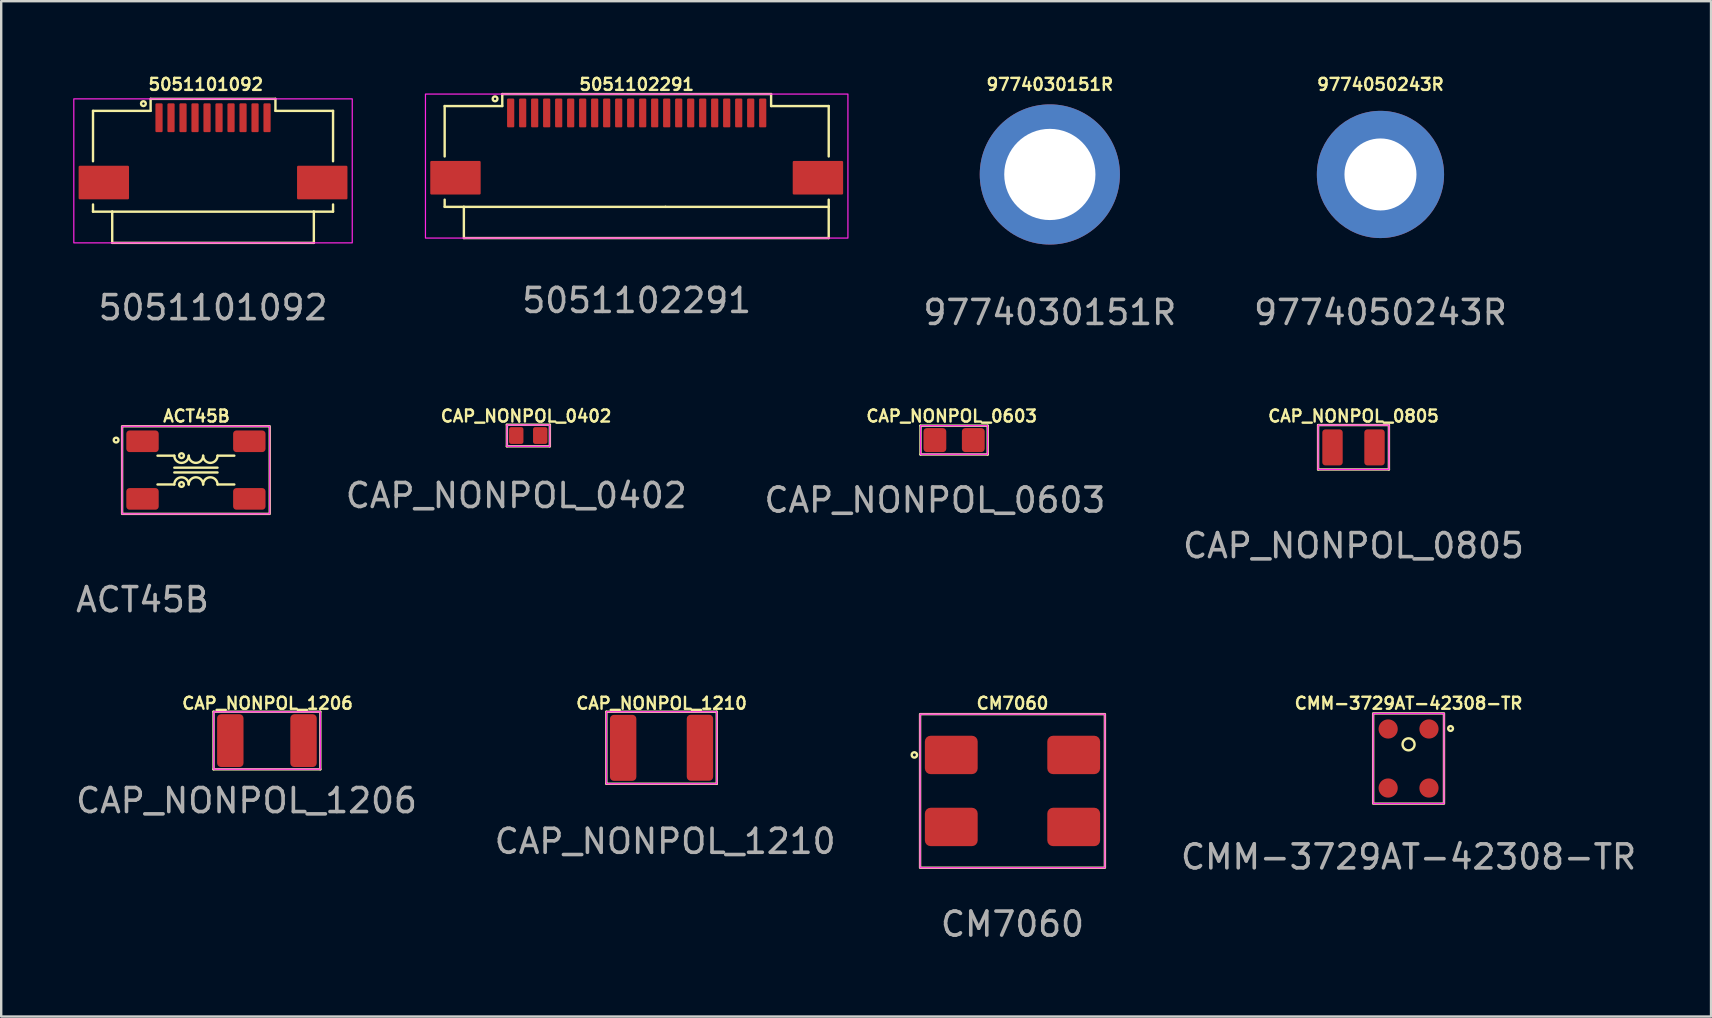
<source format=kicad_pcb>
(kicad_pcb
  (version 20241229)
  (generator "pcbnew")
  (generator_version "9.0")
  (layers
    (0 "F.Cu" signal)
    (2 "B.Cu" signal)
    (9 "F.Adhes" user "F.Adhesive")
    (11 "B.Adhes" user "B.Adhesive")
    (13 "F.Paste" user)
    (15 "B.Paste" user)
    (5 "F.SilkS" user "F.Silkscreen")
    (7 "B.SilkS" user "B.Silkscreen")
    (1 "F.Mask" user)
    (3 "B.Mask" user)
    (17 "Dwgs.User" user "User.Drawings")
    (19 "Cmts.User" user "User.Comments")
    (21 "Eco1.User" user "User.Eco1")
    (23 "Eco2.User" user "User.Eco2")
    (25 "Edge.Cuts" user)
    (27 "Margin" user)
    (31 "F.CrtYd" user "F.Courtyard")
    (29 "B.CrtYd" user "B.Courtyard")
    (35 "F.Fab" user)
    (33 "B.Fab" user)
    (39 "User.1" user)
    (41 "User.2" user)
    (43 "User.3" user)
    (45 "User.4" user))
  (footprint "5051102291"
    (layer "F.Cu")
    (at 23.475 3.868)
    (property "Reference" "5051102291" (at 0 -3.4 0) (unlocked yes) (layer "F.SilkS") (effects (font (size 0.5 0.5) (thickness 0.1))))
    (attr smd)
    (fp_rect (start -8.55 -0.163) (end -6.55 1.137) (stroke (width 0.1) (type solid)) (fill yes) (layer "F.Cu"))
    (fp_rect (start 6.55 -0.163) (end 8.55 1.137) (stroke (width 0.1) (type solid)) (fill yes) (layer "F.Cu"))
    (fp_rect (start -8.575 -0.188) (end -6.525 1.163) (stroke (width 0.1) (type solid)) (fill yes) (layer "F.Mask"))
    (fp_rect (start 6.525 -0.188) (end 8.575 1.163) (stroke (width 0.1) (type solid)) (fill yes) (layer "F.Mask"))
    (fp_line (start -8 -0.4) (end -8 -2.5) (stroke (width 0.1) (type solid)) (layer "F.SilkS"))
    (fp_line (start -8 1.7) (end -8 1.4) (stroke (width 0.1) (type default)) (layer "F.SilkS"))
    (fp_line (start -7.2 1.7) (end -8 1.7) (stroke (width 0.1) (type default)) (layer "F.SilkS"))
    (fp_line (start -7.2 1.7) (end 1.2 1.7) (stroke (width 0.1) (type default)) (layer "F.SilkS"))
    (fp_line (start -7.2 3) (end -7.2 1.7) (stroke (width 0.1) (type default)) (layer "F.SilkS"))
    (fp_line (start -5.6 -2.5) (end -8 -2.5) (stroke (width 0.1) (type default)) (layer "F.SilkS"))
    (fp_line (start -5.6 -2.5) (end -5.6 -3) (stroke (width 0.1) (type default)) (layer "F.SilkS"))
    (fp_line (start 1.2 1.7) (end 8 1.7) (stroke (width 0.1) (type default)) (layer "F.SilkS"))
    (fp_line (start 5.6 -3) (end -5.6 -3) (stroke (width 0.1) (type default)) (layer "F.SilkS"))
    (fp_line (start 5.6 -2.5) (end 5.6 -3) (stroke (width 0.1) (type default)) (layer "F.SilkS"))
    (fp_line (start 5.6 -2.5) (end 8 -2.5) (stroke (width 0.1) (type default)) (layer "F.SilkS"))
    (fp_line (start 8 -0.4) (end 8 -2.5) (stroke (width 0.1) (type solid)) (layer "F.SilkS"))
    (fp_line (start 8 1.7) (end 8 1.4) (stroke (width 0.1) (type solid)) (layer "F.SilkS"))
    (fp_line (start 8 3) (end -7.2 3) (stroke (width 0.1) (type default)) (layer "F.SilkS"))
    (fp_line (start 8 3) (end 8 1.7) (stroke (width 0.1) (type solid)) (layer "F.SilkS"))
    (fp_circle (center -5.9 -2.8) (end -5.8 -2.8) (stroke (width 0.1) (type default)) (fill no) (layer "F.SilkS"))
    (fp_rect (start -8.45 -0.062) (end -6.65 1.038) (stroke (width 0.1) (type solid)) (fill yes) (layer "F.Paste"))
    (fp_rect (start 6.65 -0.062) (end 8.45 1.038) (stroke (width 0.1) (type solid)) (fill yes) (layer "F.Paste"))
    (fp_rect (start -8.8 -3) (end 8.8 3) (stroke (width 0.05) (type default)) (fill no) (layer "F.CrtYd"))
    (fp_text user "${REFERENCE}" (at 0 5.6 0) (unlocked yes) (layer "F.Fab") (effects (font (size 1 1) (thickness 0.15))))
    (pad "1" smd roundrect (at -5.25 -2.212) (size 0.3 1.2) (layers "F.Cu" "F.Mask" "F.Paste") (roundrect_rratio 0.15))
    (pad "2" smd roundrect (at -4.75 -2.212) (size 0.3 1.2) (layers "F.Cu" "F.Mask" "F.Paste") (roundrect_rratio 0.15))
    (pad "3" smd roundrect (at -4.25 -2.212) (size 0.3 1.2) (layers "F.Cu" "F.Mask" "F.Paste") (roundrect_rratio 0.15))
    (pad "4" smd roundrect (at -3.75 -2.212) (size 0.3 1.2) (layers "F.Cu" "F.Mask" "F.Paste") (roundrect_rratio 0.15))
    (pad "5" smd roundrect (at -3.25 -2.212) (size 0.3 1.2) (layers "F.Cu" "F.Mask" "F.Paste") (roundrect_rratio 0.15))
    (pad "6" smd roundrect (at -2.75 -2.212) (size 0.3 1.2) (layers "F.Cu" "F.Mask" "F.Paste") (roundrect_rratio 0.15))
    (pad "7" smd roundrect (at -2.25 -2.212) (size 0.3 1.2) (layers "F.Cu" "F.Mask" "F.Paste") (roundrect_rratio 0.15))
    (pad "8" smd roundrect (at -1.75 -2.212) (size 0.3 1.2) (layers "F.Cu" "F.Mask" "F.Paste") (roundrect_rratio 0.15))
    (pad "9" smd roundrect (at -1.25 -2.212) (size 0.3 1.2) (layers "F.Cu" "F.Mask" "F.Paste") (roundrect_rratio 0.15))
    (pad "10" smd roundrect (at -0.75 -2.212) (size 0.3 1.2) (layers "F.Cu" "F.Mask" "F.Paste") (roundrect_rratio 0.15))
    (pad "11" smd roundrect (at -0.25 -2.212) (size 0.3 1.2) (layers "F.Cu" "F.Mask" "F.Paste") (roundrect_rratio 0.15))
    (pad "12" smd roundrect (at 0.25 -2.212) (size 0.3 1.2) (layers "F.Cu" "F.Mask" "F.Paste") (roundrect_rratio 0.15))
    (pad "13" smd roundrect (at 0.75 -2.212) (size 0.3 1.2) (layers "F.Cu" "F.Mask" "F.Paste") (roundrect_rratio 0.15))
    (pad "14" smd roundrect (at 1.25 -2.212) (size 0.3 1.2) (layers "F.Cu" "F.Mask" "F.Paste") (roundrect_rratio 0.15))
    (pad "15" smd roundrect (at 1.75 -2.212) (size 0.3 1.2) (layers "F.Cu" "F.Mask" "F.Paste") (roundrect_rratio 0.15))
    (pad "16" smd roundrect (at 2.25 -2.212) (size 0.3 1.2) (layers "F.Cu" "F.Mask" "F.Paste") (roundrect_rratio 0.15))
    (pad "17" smd roundrect (at 2.75 -2.212) (size 0.3 1.2) (layers "F.Cu" "F.Mask" "F.Paste") (roundrect_rratio 0.15))
    (pad "18" smd roundrect (at 3.25 -2.212) (size 0.3 1.2) (layers "F.Cu" "F.Mask" "F.Paste") (roundrect_rratio 0.15))
    (pad "19" smd roundrect (at 3.75 -2.212) (size 0.3 1.2) (layers "F.Cu" "F.Mask" "F.Paste") (roundrect_rratio 0.15))
    (pad "20" smd roundrect (at 4.25 -2.212) (size 0.3 1.2) (layers "F.Cu" "F.Mask" "F.Paste") (roundrect_rratio 0.15))
    (pad "21" smd roundrect (at 4.75 -2.212) (size 0.3 1.2) (layers "F.Cu" "F.Mask" "F.Paste") (roundrect_rratio 0.15))
    (pad "22" smd roundrect (at 5.25 -2.212) (size 0.3 1.2) (layers "F.Cu" "F.Mask" "F.Paste") (roundrect_rratio 0.15)))
  (footprint "5051101092"
    (layer "F.Cu")
    (at 5.825 4.068)
    (property "Reference" "5051101092" (at -0.3 -3.6 0) (unlocked yes) (layer "F.SilkS") (effects (font (size 0.5 0.5) (thickness 0.1))))
    (attr smd)
    (fp_rect (start -5.55 -0.163) (end -3.55 1.137) (stroke (width 0.1) (type solid)) (fill yes) (layer "F.Cu"))
    (fp_rect (start 3.55 -0.163) (end 5.55 1.137) (stroke (width 0.1) (type solid)) (fill yes) (layer "F.Cu"))
    (fp_rect (start -5.575 -0.188) (end -3.525 1.163) (stroke (width 0.1) (type solid)) (fill yes) (layer "F.Mask"))
    (fp_rect (start 3.525 -0.188) (end 5.575 1.163) (stroke (width 0.1) (type solid)) (fill yes) (layer "F.Mask"))
    (fp_line (start -5 -0.4) (end -5 -2.5) (stroke (width 0.1) (type solid)) (layer "F.SilkS"))
    (fp_line (start -5 1.7) (end -5 1.4) (stroke (width 0.1) (type default)) (layer "F.SilkS"))
    (fp_line (start -4.2 1.7) (end -5 1.7) (stroke (width 0.1) (type default)) (layer "F.SilkS"))
    (fp_line (start -4.2 1.7) (end 4.2 1.7) (stroke (width 0.1) (type default)) (layer "F.SilkS"))
    (fp_line (start -4.2 3) (end -4.2 1.7) (stroke (width 0.1) (type default)) (layer "F.SilkS"))
    (fp_line (start -2.6 -2.5) (end -5 -2.5) (stroke (width 0.1) (type default)) (layer "F.SilkS"))
    (fp_line (start -2.6 -2.5) (end -2.6 -3) (stroke (width 0.1) (type default)) (layer "F.SilkS"))
    (fp_line (start 2.6 -3) (end -2.6 -3) (stroke (width 0.1) (type default)) (layer "F.SilkS"))
    (fp_line (start 2.6 -2.5) (end 2.6 -3) (stroke (width 0.1) (type default)) (layer "F.SilkS"))
    (fp_line (start 2.6 -2.5) (end 5 -2.5) (stroke (width 0.1) (type default)) (layer "F.SilkS"))
    (fp_line (start 4.2 1.7) (end 5 1.7) (stroke (width 0.1) (type default)) (layer "F.SilkS"))
    (fp_line (start 4.2 3) (end -4.2 3) (stroke (width 0.1) (type default)) (layer "F.SilkS"))
    (fp_line (start 4.2 3) (end 4.2 1.7) (stroke (width 0.1) (type default)) (layer "F.SilkS"))
    (fp_line (start 5 -0.4) (end 5 -2.5) (stroke (width 0.1) (type solid)) (layer "F.SilkS"))
    (fp_line (start 5 1.7) (end 5 1.4) (stroke (width 0.1) (type default)) (layer "F.SilkS"))
    (fp_circle (center -2.9 -2.8) (end -2.8 -2.8) (stroke (width 0.1) (type default)) (fill no) (layer "F.SilkS"))
    (fp_rect (start -5.45 -0.062) (end -3.65 1.038) (stroke (width 0.1) (type solid)) (fill yes) (layer "F.Paste"))
    (fp_rect (start 3.65 -0.062) (end 5.45 1.038) (stroke (width 0.1) (type solid)) (fill yes) (layer "F.Paste"))
    (fp_rect (start -5.8 -3) (end 5.8 3) (stroke (width 0.05) (type default)) (fill no) (layer "F.CrtYd"))
    (fp_text user "${REFERENCE}" (at 0 5.7 0) (unlocked yes) (layer "F.Fab") (effects (font (size 1 1) (thickness 0.15))))
    (pad "1" smd roundrect (at -2.25 -2.212) (size 0.3 1.2) (layers "F.Cu" "F.Mask" "F.Paste") (roundrect_rratio 0.15))
    (pad "2" smd roundrect (at -1.75 -2.212) (size 0.3 1.2) (layers "F.Cu" "F.Mask" "F.Paste") (roundrect_rratio 0.15))
    (pad "3" smd roundrect (at -1.25 -2.212) (size 0.3 1.2) (layers "F.Cu" "F.Mask" "F.Paste") (roundrect_rratio 0.15))
    (pad "4" smd roundrect (at -0.75 -2.212) (size 0.3 1.2) (layers "F.Cu" "F.Mask" "F.Paste") (roundrect_rratio 0.15))
    (pad "5" smd roundrect (at -0.25 -2.212) (size 0.3 1.2) (layers "F.Cu" "F.Mask" "F.Paste") (roundrect_rratio 0.15))
    (pad "6" smd roundrect (at 0.25 -2.212) (size 0.3 1.2) (layers "F.Cu" "F.Mask" "F.Paste") (roundrect_rratio 0.15))
    (pad "7" smd roundrect (at 0.75 -2.212) (size 0.3 1.2) (layers "F.Cu" "F.Mask" "F.Paste") (roundrect_rratio 0.15))
    (pad "8" smd roundrect (at 1.25 -2.212) (size 0.3 1.2) (layers "F.Cu" "F.Mask" "F.Paste") (roundrect_rratio 0.15))
    (pad "9" smd roundrect (at 1.75 -2.212) (size 0.3 1.2) (layers "F.Cu" "F.Mask" "F.Paste") (roundrect_rratio 0.15))
    (pad "10" smd roundrect (at 2.25 -2.212) (size 0.3 1.2) (layers "F.Cu" "F.Mask" "F.Paste") (roundrect_rratio 0.15)))
  (footprint "CAP_NONPOL_0402"
    (layer "F.Cu")
    (at 18.962 15.099)
    (property "Reference" "CAP_NONPOL_0402" (at -0.095 -0.815 0) (unlocked yes) (layer "F.SilkS") (effects (font (size 0.5 0.5) (thickness 0.1))))
    (attr smd)
    (fp_line (start -0.895 -0.455) (end 0.895 -0.455) (stroke (width 0.1) (type default)) (layer "F.SilkS"))
    (fp_line (start -0.895 0.445) (end -0.895 -0.455) (stroke (width 0.1) (type default)) (layer "F.SilkS"))
    (fp_line (start 0.89 0.445) (end -0.895 0.445) (stroke (width 0.1) (type default)) (layer "F.SilkS"))
    (fp_line (start 0.895 -0.455) (end 0.895 0.445) (stroke (width 0.1) (type default)) (layer "F.SilkS"))
    (fp_rect (start -0.895 -0.445) (end 0.895 0.445) (stroke (width 0.05) (type default)) (fill no) (layer "F.CrtYd"))
    (fp_text user "${REFERENCE}" (at -0.505 2.495 0) (unlocked yes) (layer "F.Fab") (effects (font (size 1 1) (thickness 0.15))))
    (pad "1" smd roundrect (at -0.505 -0.005) (size 0.6 0.7) (layers "F.Cu" "F.Mask" "F.Paste") (roundrect_rratio 0.15))
    (pad "2" smd roundrect (at 0.495 -0.005) (size 0.6 0.7) (layers "F.Cu" "F.Mask" "F.Paste") (roundrect_rratio 0.15)))
  (footprint "CMM-3729AT-42308-TR"
    (layer "F.Cu")
    (at 55.632 28.55)
    (property "Reference" "CMM-3729AT-42308-TR" (at 0 -2.3 0) (unlocked yes) (layer "F.SilkS") (effects (font (size 0.5 0.5) (thickness 0.1))))
    (attr smd)
    (fp_rect (start -1.475 -1.88) (end 1.475 1.88) (stroke (width 0.1) (type solid)) (fill no) (layer "F.SilkS"))
    (fp_circle (center 0 -0.59) (end 0.25 -0.59) (stroke (width 0.1) (type solid)) (fill no) (layer "F.SilkS"))
    (fp_circle (center 1.75 -1.25) (end 1.85 -1.25) (stroke (width 0.1) (type default)) (fill no) (layer "F.SilkS"))
    (fp_rect (start -1.475 -1.875) (end 1.475 1.875) (stroke (width 0.05) (type default)) (fill no) (layer "F.CrtYd"))
    (fp_text user "${REFERENCE}" (at 0 4.1 0) (unlocked yes) (layer "F.Fab") (effects (font (size 1 1) (thickness 0.15))))
    (pad "1" smd circle (at 0.85 -1.23) (size 0.8 0.8) (layers "F.Cu" "F.Mask" "F.Paste"))
    (pad "2" smd circle (at 0.85 1.23) (size 0.8 0.8) (layers "F.Cu" "F.Mask" "F.Paste"))
    (pad "3" smd circle (at -0.85 1.23) (size 0.8 0.8) (layers "F.Cu" "F.Mask" "F.Paste"))
    (pad "4" smd circle (at -0.85 -1.23) (size 0.8 0.8) (layers "F.Cu" "F.Mask" "F.Paste")))
  (footprint "CM7060"
    (layer "F.Cu")
    (at 39.131 29.901)
    (property "Reference" "CM7060" (at 0 -3.65 0) (unlocked yes) (layer "F.SilkS") (effects (font (size 0.5 0.5) (thickness 0.1))))
    (attr smd)
    (fp_rect (start -3.85 -3.2) (end 3.85 3.2) (stroke (width 0.1) (type solid)) (fill no) (layer "F.SilkS"))
    (fp_circle (center -4.088 -1.5) (end -3.988 -1.45) (stroke (width 0.1) (type default)) (fill no) (layer "F.SilkS"))
    (fp_rect (start -3.85 -3.2) (end 3.85 3.2) (stroke (width 0.05) (type solid)) (fill no) (layer "F.CrtYd"))
    (fp_text user "${REFERENCE}" (at 0 5.55 0) (unlocked yes) (layer "F.Fab") (effects (font (size 1 1) (thickness 0.15))))
    (pad "1" smd roundrect (at -2.55 -1.5) (size 2.2 1.6) (layers "F.Cu" "F.Mask" "F.Paste") (roundrect_rratio 0.15))
    (pad "2" smd roundrect (at -2.55 1.5) (size 2.2 1.6) (layers "F.Cu" "F.Mask" "F.Paste") (roundrect_rratio 0.15))
    (pad "3" smd roundrect (at 2.55 1.5) (size 2.2 1.6) (layers "F.Cu" "F.Mask" "F.Paste") (roundrect_rratio 0.15))
    (pad "4" smd roundrect (at 2.55 -1.5) (size 2.2 1.6) (layers "F.Cu" "F.Mask" "F.Paste") (roundrect_rratio 0.15)))
  (footprint "ACT45B"
    (layer "F.Cu")
    (at 5.112 16.534)
    (property "Reference" "ACT45B" (at 0.025 -2.25 0) (unlocked yes) (layer "F.SilkS") (effects (font (size 0.5 0.5) (thickness 0.1))))
    (attr smd)
    (fp_line (start -1.6 -0.6) (end -0.9 -0.6) (stroke (width 0.1) (type default)) (layer "F.SilkS"))
    (fp_line (start -1.6 0.6) (end -0.9 0.6) (stroke (width 0.1) (type default)) (layer "F.SilkS"))
    (fp_line (start -0.9 -0.1) (end 0.9 -0.1) (stroke (width 0.1) (type default)) (layer "F.SilkS"))
    (fp_line (start -0.9 0.1) (end 0.9 0.1) (stroke (width 0.1) (type default)) (layer "F.SilkS"))
    (fp_line (start 0.9 -0.6) (end 1.6 -0.6) (stroke (width 0.1) (type default)) (layer "F.SilkS"))
    (fp_line (start 0.9 0.6) (end 1.6 0.6) (stroke (width 0.1) (type default)) (layer "F.SilkS"))
    (fp_rect (start -3.075 -1.825) (end 3.075 1.825) (stroke (width 0.1) (type default)) (fill no) (layer "F.SilkS"))
    (fp_arc (start -0.9 0.6) (mid -0.6 0.3) (end -0.3 0.6) (stroke (width 0.1) (type default)) (layer "F.SilkS"))
    (fp_arc (start -0.3 -0.6) (mid -0.6 -0.3) (end -0.9 -0.6) (stroke (width 0.1) (type default)) (layer "F.SilkS"))
    (fp_arc (start -0.3 0.6) (mid 0 0.3) (end 0.3 0.6) (stroke (width 0.1) (type default)) (layer "F.SilkS"))
    (fp_arc (start 0.3 -0.6) (mid 0 -0.3) (end -0.3 -0.6) (stroke (width 0.1) (type default)) (layer "F.SilkS"))
    (fp_arc (start 0.3 0.6) (mid 0.6 0.3) (end 0.9 0.6) (stroke (width 0.1) (type default)) (layer "F.SilkS"))
    (fp_arc (start 0.9 -0.6) (mid 0.6 -0.3) (end 0.3 -0.6) (stroke (width 0.1) (type default)) (layer "F.SilkS"))
    (fp_circle (center -3.325 -1.25) (end -3.225 -1.25) (stroke (width 0.1) (type default)) (fill no) (layer "F.SilkS"))
    (fp_circle (center -0.6 -0.6) (end -0.5 -0.6) (stroke (width 0.1) (type default)) (fill no) (layer "F.SilkS"))
    (fp_circle (center -0.6 0.6) (end -0.5 0.6) (stroke (width 0.1) (type default)) (fill no) (layer "F.SilkS"))
    (fp_rect (start -3.075 -1.825) (end 3.075 1.825) (stroke (width 0.05) (type default)) (fill no) (layer "F.CrtYd"))
    (fp_text user "${REFERENCE}" (at -2.225 5.4 0) (unlocked yes) (layer "F.Fab") (effects (font (size 1 1) (thickness 0.15))))
    (pad "1" smd roundrect (at -2.225 -1.2) (size 1.35 0.9) (layers "F.Cu" "F.Mask" "F.Paste") (roundrect_rratio 0.15))
    (pad "2" smd roundrect (at -2.225 1.2) (size 1.35 0.9) (layers "F.Cu" "F.Mask" "F.Paste") (roundrect_rratio 0.15))
    (pad "3" smd roundrect (at 2.225 1.2) (size 1.35 0.9) (layers "F.Cu" "F.Mask" "F.Paste") (roundrect_rratio 0.15))
    (pad "4" smd roundrect (at 2.225 -1.2) (size 1.35 0.9) (layers "F.Cu" "F.Mask" "F.Paste") (roundrect_rratio 0.15)))
  (footprint "CAP_NONPOL_1210"
    (layer "F.Cu")
    (at 24.511 28.101)
    (property "Reference" "CAP_NONPOL_1210" (at 0 -1.85 0) (unlocked yes) (layer "F.SilkS") (effects (font (size 0.5 0.5) (thickness 0.1))))
    (attr smd)
    (fp_line (start -2.3 -1.5) (end 2.3 -1.5) (stroke (width 0.1) (type default)) (layer "F.SilkS"))
    (fp_line (start -2.3 1.5) (end -2.3 -1.5) (stroke (width 0.1) (type solid)) (layer "F.SilkS"))
    (fp_line (start 2.3 -1.5) (end 2.3 1.5) (stroke (width 0.1) (type default)) (layer "F.SilkS"))
    (fp_line (start 2.3 1.5) (end -2.3 1.5) (stroke (width 0.1) (type default)) (layer "F.SilkS"))
    (fp_rect (start -2.3 -1.5) (end 2.3 1.5) (stroke (width 0.05) (type default)) (fill no) (layer "F.CrtYd"))
    (fp_text user "${REFERENCE}" (at 0.15 3.9 0) (unlocked yes) (layer "F.Fab") (effects (font (size 1 1) (thickness 0.15))))
    (pad "1" smd roundrect (at -1.6 0.005) (size 1.1 2.75) (layers "F.Cu" "F.Mask" "F.Paste") (roundrect_rratio 0.15))
    (pad "2" smd roundrect (at 1.6 0) (size 1.1 2.75) (layers "F.Cu" "F.Mask" "F.Paste") (roundrect_rratio 0.15)))
  (footprint "9774050243R"
    (layer "F.Cu")
    (at 54.461 4.218)
    (property "Reference" "9774050243R" (at 0 -3.75 0) (unlocked yes) (layer "F.SilkS") (effects (font (size 0.5 0.5) (thickness 0.1))))
    (attr smd)
    (fp_text user "${REFERENCE}" (at 0 5.75 0) (unlocked yes) (layer "F.Fab") (effects (font (size 1 1) (thickness 0.15))))
    (pad "1" thru_hole circle (at 0 0) (size 5.3 5.3) (drill 3) (layers "*.Cu" "F.Mask" "F.Paste")))
  (footprint "CAP_NONPOL_0603"
    (layer "F.Cu")
    (at 36.698 15.279)
    (property "Reference" "CAP_NONPOL_0603" (at -0.1 -0.995 0) (unlocked yes) (layer "F.SilkS") (effects (font (size 0.5 0.5) (thickness 0.1))))
    (attr smd)
    (fp_line (start -1.4 -0.595) (end 1.4 -0.595) (stroke (width 0.1) (type default)) (layer "F.SilkS"))
    (fp_line (start -1.4 0.605) (end -1.4 -0.595) (stroke (width 0.1) (type default)) (layer "F.SilkS"))
    (fp_line (start 1.4 -0.595) (end 1.4 0.605) (stroke (width 0.1) (type default)) (layer "F.SilkS"))
    (fp_line (start 1.4 0.605) (end -1.4 0.605) (stroke (width 0.1) (type default)) (layer "F.SilkS"))
    (fp_rect (start -1.395 -0.595) (end 1.395 0.595) (stroke (width 0.05) (type default)) (fill no) (layer "F.CrtYd"))
    (fp_text user "${REFERENCE}" (at -0.8 2.505 0) (unlocked yes) (layer "F.Fab") (effects (font (size 1 1) (thickness 0.15))))
    (pad "1" smd roundrect (at -0.8 0.005) (size 0.95 1) (layers "F.Cu" "F.Mask" "F.Paste") (roundrect_rratio 0.15))
    (pad "2" smd roundrect (at 0.8 0.005) (size 0.95 1) (layers "F.Cu" "F.Mask" "F.Paste") (roundrect_rratio 0.15)))
  (footprint "CAP_NONPOL_1206"
    (layer "F.Cu")
    (at 8.075 27.8)
    (property "Reference" "CAP_NONPOL_1206" (at 0.02 -1.55 0) (unlocked yes) (layer "F.SilkS") (effects (font (size 0.5 0.5) (thickness 0.1))))
    (attr smd)
    (fp_line (start -2.23 -1.2) (end 2.22 -1.2) (stroke (width 0.1) (type default)) (layer "F.SilkS"))
    (fp_line (start -2.23 1.2) (end -2.23 -1.2) (stroke (width 0.1) (type default)) (layer "F.SilkS"))
    (fp_line (start 2.22 -1.2) (end 2.22 1.2) (stroke (width 0.1) (type default)) (layer "F.SilkS"))
    (fp_line (start 2.22 1.2) (end -2.23 1.2) (stroke (width 0.1) (type default)) (layer "F.SilkS"))
    (fp_rect (start -2.22 -1.195) (end 2.22 1.195) (stroke (width 0.05) (type default)) (fill no) (layer "F.CrtYd"))
    (fp_text user "${REFERENCE}" (at -0.855 2.505 0) (unlocked yes) (layer "F.Fab") (effects (font (size 1 1) (thickness 0.15))))
    (pad "1" smd roundrect (at -1.53 0.005) (size 1.1 2.2) (layers "F.Cu" "F.Mask" "F.Paste") (roundrect_rratio 0.15))
    (pad "2" smd roundrect (at 1.52 0.005) (size 1.1 2.2) (layers "F.Cu" "F.Mask" "F.Paste") (roundrect_rratio 0.15)))
  (footprint "9774030151R"
    (layer "F.Cu")
    (at 40.687 4.218)
    (property "Reference" "9774030151R" (at 0 -3.75 0) (unlocked yes) (layer "F.SilkS") (effects (font (size 0.5 0.5) (thickness 0.1))))
    (attr smd)
    (fp_text user "${REFERENCE}" (at 0 5.75 0) (unlocked yes) (layer "F.Fab") (effects (font (size 1 1) (thickness 0.15))))
    (pad "1" thru_hole circle (at 0 0) (size 5.84 5.84) (drill 3.8) (layers "*.Cu" "F.Mask" "F.Paste")))
  (footprint "CAP_NONPOL_0805"
    (layer "F.Cu")
    (at 53.338 15.584)
    (property "Reference" "CAP_NONPOL_0805" (at 0 -1.3 0) (unlocked yes) (layer "F.SilkS") (effects (font (size 0.5 0.5) (thickness 0.1))))
    (attr smd)
    (fp_line (start -1.475 -0.925) (end 1.475 -0.925) (stroke (width 0.1) (type default)) (layer "F.SilkS"))
    (fp_line (start -1.475 0.925) (end -1.475 -0.925) (stroke (width 0.1) (type solid)) (layer "F.SilkS"))
    (fp_line (start 1.475 -0.925) (end 1.475 0.925) (stroke (width 0.1) (type default)) (layer "F.SilkS"))
    (fp_line (start 1.475 0.925) (end -1.475 0.925) (stroke (width 0.1) (type default)) (layer "F.SilkS"))
    (fp_rect (start -1.475 -0.925) (end 1.475 0.925) (stroke (width 0.05) (type default)) (fill no) (layer "F.CrtYd"))
    (fp_text user "${REFERENCE}" (at 0 4.1 0) (unlocked yes) (layer "F.Fab") (effects (font (size 1 1) (thickness 0.15))))
    (pad "1" smd roundrect (at -0.875 0.005) (size 0.85 1.5) (layers "F.Cu" "F.Mask" "F.Paste") (roundrect_rratio 0.15))
    (pad "2" smd roundrect (at 0.875 0.005) (size 0.85 1.5) (layers "F.Cu" "F.Mask" "F.Paste") (roundrect_rratio 0.15)))
  (gr_rect
    (start -3 -3)
    (end 68.233 39.299)
    (stroke (width 0.1) (type default))
    (fill no)
    (layer "Edge.Cuts")))
</source>
